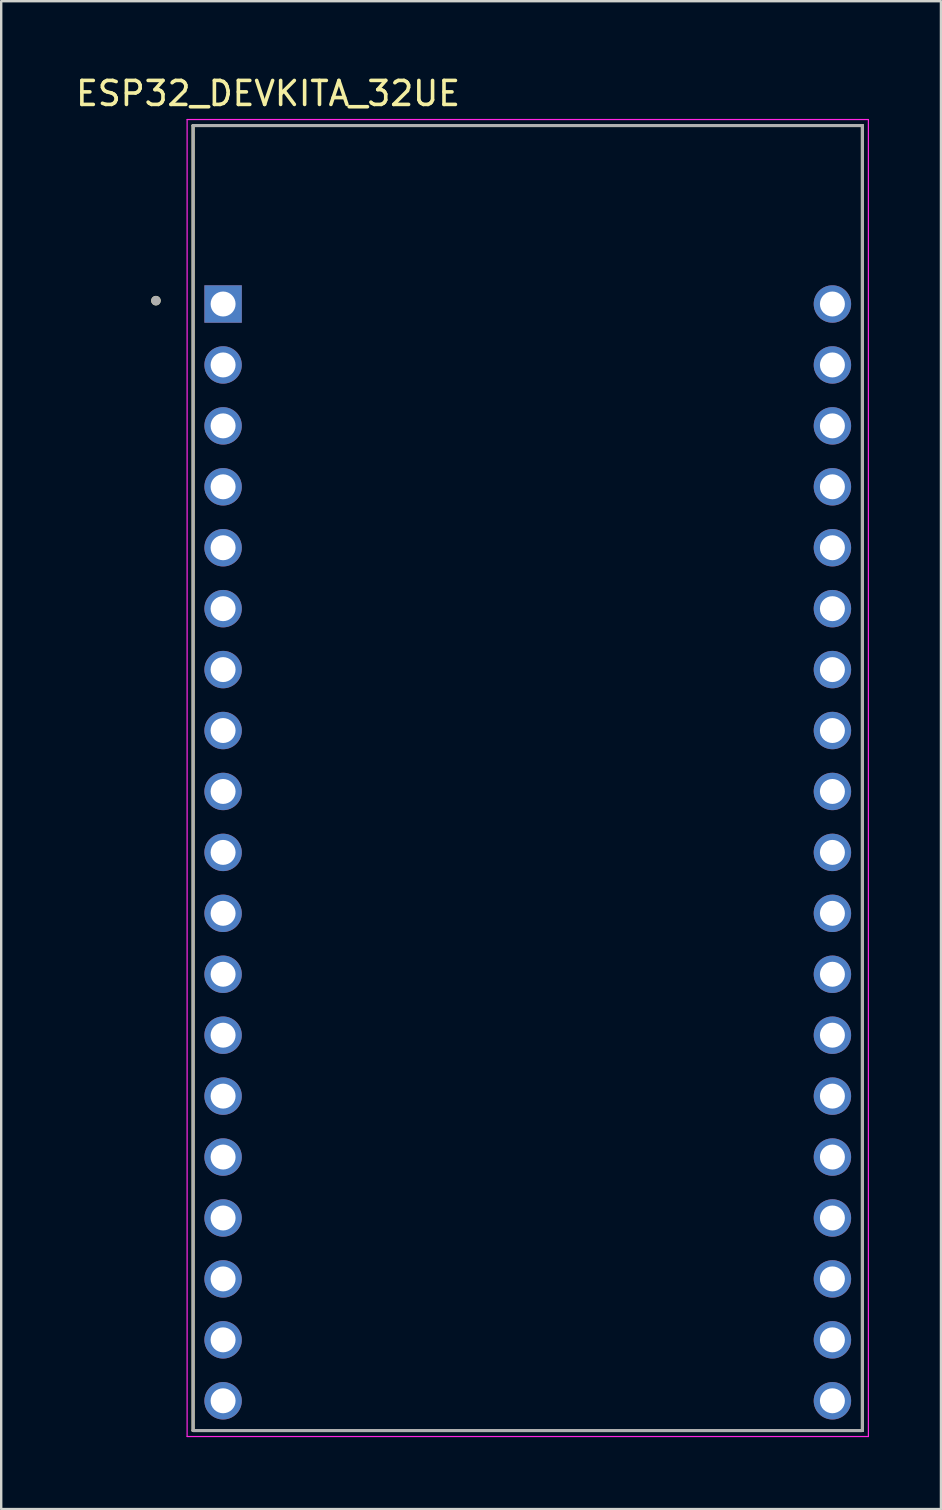
<source format=kicad_pcb>
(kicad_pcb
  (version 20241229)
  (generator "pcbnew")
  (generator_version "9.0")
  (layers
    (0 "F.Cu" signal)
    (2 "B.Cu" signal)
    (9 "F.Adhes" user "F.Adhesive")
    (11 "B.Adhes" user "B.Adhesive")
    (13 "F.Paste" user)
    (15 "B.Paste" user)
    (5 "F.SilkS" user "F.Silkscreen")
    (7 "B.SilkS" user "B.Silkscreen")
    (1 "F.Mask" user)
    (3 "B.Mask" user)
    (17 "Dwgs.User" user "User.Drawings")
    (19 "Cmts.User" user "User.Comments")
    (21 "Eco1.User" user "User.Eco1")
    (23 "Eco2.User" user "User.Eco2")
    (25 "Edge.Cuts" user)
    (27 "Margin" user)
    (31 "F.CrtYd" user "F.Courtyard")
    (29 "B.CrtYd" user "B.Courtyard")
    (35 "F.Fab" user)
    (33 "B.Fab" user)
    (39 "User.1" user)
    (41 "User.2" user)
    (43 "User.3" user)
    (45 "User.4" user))
  (footprint "ESP32_DEVKITA_32UE"
    (layer "F.Cu")
    (at 18.95 32.483)
    (property "Reference" "ESP32_DEVKITA_32UE" (at -10.825 -31.635 0) (layer "F.SilkS") (effects (font (size 1 1) (thickness 0.15))))
    (attr through_hole)
    (fp_line (start -13.95 -30.3) (end 13.95 -30.3) (stroke (width 0.127) (type solid)) (layer "F.SilkS"))
    (fp_line (start -13.95 24.1) (end -13.95 -30.3) (stroke (width 0.127) (type solid)) (layer "F.SilkS"))
    (fp_line (start 13.95 -30.3) (end 13.95 24.1) (stroke (width 0.127) (type solid)) (layer "F.SilkS"))
    (fp_line (start 13.95 24.1) (end -13.95 24.1) (stroke (width 0.127) (type solid)) (layer "F.SilkS"))
    (fp_circle (center -15.5 -23) (end -15.4 -23) (stroke (width 0.2) (type solid)) (fill no) (layer "F.SilkS"))
    (fp_line (start -14.2 -30.55) (end 14.2 -30.55) (stroke (width 0.05) (type solid)) (layer "F.CrtYd"))
    (fp_line (start -14.2 24.35) (end -14.2 -30.55) (stroke (width 0.05) (type solid)) (layer "F.CrtYd"))
    (fp_line (start 14.2 -30.55) (end 14.2 24.35) (stroke (width 0.05) (type solid)) (layer "F.CrtYd"))
    (fp_line (start 14.2 24.35) (end -14.2 24.35) (stroke (width 0.05) (type solid)) (layer "F.CrtYd"))
    (fp_line (start -13.95 -30.3) (end 13.95 -30.3) (stroke (width 0.127) (type solid)) (layer "F.Fab"))
    (fp_line (start -13.95 24.1) (end -13.95 -30.3) (stroke (width 0.127) (type solid)) (layer "F.Fab"))
    (fp_line (start 13.95 -30.3) (end 13.95 24.1) (stroke (width 0.127) (type solid)) (layer "F.Fab"))
    (fp_line (start 13.95 24.1) (end -13.95 24.1) (stroke (width 0.127) (type solid)) (layer "F.Fab"))
    (fp_circle (center -15.5 -23) (end -15.4 -23) (stroke (width 0.2) (type solid)) (fill no) (layer "F.Fab"))
    (pad "1" thru_hole rect (at -12.7 -22.86) (size 1.56 1.56) (drill 1.04) (layers "*.Cu" "*.Mask"))
    (pad "2" thru_hole circle (at -12.7 -20.32) (size 1.56 1.56) (drill 1.04) (layers "*.Cu" "*.Mask"))
    (pad "3" thru_hole circle (at -12.7 -17.78) (size 1.56 1.56) (drill 1.04) (layers "*.Cu" "*.Mask"))
    (pad "4" thru_hole circle (at -12.7 -15.24) (size 1.56 1.56) (drill 1.04) (layers "*.Cu" "*.Mask"))
    (pad "5" thru_hole circle (at -12.7 -12.7) (size 1.56 1.56) (drill 1.04) (layers "*.Cu" "*.Mask"))
    (pad "6" thru_hole circle (at -12.7 -10.16) (size 1.56 1.56) (drill 1.04) (layers "*.Cu" "*.Mask"))
    (pad "7" thru_hole circle (at -12.7 -7.62) (size 1.56 1.56) (drill 1.04) (layers "*.Cu" "*.Mask"))
    (pad "8" thru_hole circle (at -12.7 -5.08) (size 1.56 1.56) (drill 1.04) (layers "*.Cu" "*.Mask"))
    (pad "9" thru_hole circle (at -12.7 -2.54) (size 1.56 1.56) (drill 1.04) (layers "*.Cu" "*.Mask"))
    (pad "10" thru_hole circle (at -12.7 0) (size 1.56 1.56) (drill 1.04) (layers "*.Cu" "*.Mask"))
    (pad "11" thru_hole circle (at -12.7 2.54) (size 1.56 1.56) (drill 1.04) (layers "*.Cu" "*.Mask"))
    (pad "12" thru_hole circle (at -12.7 5.08) (size 1.56 1.56) (drill 1.04) (layers "*.Cu" "*.Mask"))
    (pad "13" thru_hole circle (at -12.7 7.62) (size 1.56 1.56) (drill 1.04) (layers "*.Cu" "*.Mask"))
    (pad "14" thru_hole circle (at -12.7 10.16) (size 1.56 1.56) (drill 1.04) (layers "*.Cu" "*.Mask"))
    (pad "15" thru_hole circle (at -12.7 12.7) (size 1.56 1.56) (drill 1.04) (layers "*.Cu" "*.Mask"))
    (pad "16" thru_hole circle (at -12.7 15.24) (size 1.56 1.56) (drill 1.04) (layers "*.Cu" "*.Mask"))
    (pad "17" thru_hole circle (at -12.7 17.78) (size 1.56 1.56) (drill 1.04) (layers "*.Cu" "*.Mask"))
    (pad "18" thru_hole circle (at -12.7 20.32) (size 1.56 1.56) (drill 1.04) (layers "*.Cu" "*.Mask"))
    (pad "19" thru_hole circle (at -12.7 22.86) (size 1.56 1.56) (drill 1.04) (layers "*.Cu" "*.Mask"))
    (pad "20" thru_hole circle (at 12.7 -22.86) (size 1.56 1.56) (drill 1.04) (layers "*.Cu" "*.Mask"))
    (pad "21" thru_hole circle (at 12.7 -20.32) (size 1.56 1.56) (drill 1.04) (layers "*.Cu" "*.Mask"))
    (pad "22" thru_hole circle (at 12.7 -17.78) (size 1.56 1.56) (drill 1.04) (layers "*.Cu" "*.Mask"))
    (pad "23" thru_hole circle (at 12.7 -15.24) (size 1.56 1.56) (drill 1.04) (layers "*.Cu" "*.Mask"))
    (pad "24" thru_hole circle (at 12.7 -12.7) (size 1.56 1.56) (drill 1.04) (layers "*.Cu" "*.Mask"))
    (pad "25" thru_hole circle (at 12.7 -10.16) (size 1.56 1.56) (drill 1.04) (layers "*.Cu" "*.Mask"))
    (pad "26" thru_hole circle (at 12.7 -7.62) (size 1.56 1.56) (drill 1.04) (layers "*.Cu" "*.Mask"))
    (pad "27" thru_hole circle (at 12.7 -5.08) (size 1.56 1.56) (drill 1.04) (layers "*.Cu" "*.Mask"))
    (pad "28" thru_hole circle (at 12.7 -2.54) (size 1.56 1.56) (drill 1.04) (layers "*.Cu" "*.Mask"))
    (pad "29" thru_hole circle (at 12.7 0) (size 1.56 1.56) (drill 1.04) (layers "*.Cu" "*.Mask"))
    (pad "30" thru_hole circle (at 12.7 2.54) (size 1.56 1.56) (drill 1.04) (layers "*.Cu" "*.Mask"))
    (pad "31" thru_hole circle (at 12.7 5.08) (size 1.56 1.56) (drill 1.04) (layers "*.Cu" "*.Mask"))
    (pad "32" thru_hole circle (at 12.7 7.62) (size 1.56 1.56) (drill 1.04) (layers "*.Cu" "*.Mask"))
    (pad "33" thru_hole circle (at 12.7 10.16) (size 1.56 1.56) (drill 1.04) (layers "*.Cu" "*.Mask"))
    (pad "34" thru_hole circle (at 12.7 12.7) (size 1.56 1.56) (drill 1.04) (layers "*.Cu" "*.Mask"))
    (pad "35" thru_hole circle (at 12.7 15.24) (size 1.56 1.56) (drill 1.04) (layers "*.Cu" "*.Mask"))
    (pad "36" thru_hole circle (at 12.7 17.78) (size 1.56 1.56) (drill 1.04) (layers "*.Cu" "*.Mask"))
    (pad "37" thru_hole circle (at 12.7 20.32) (size 1.56 1.56) (drill 1.04) (layers "*.Cu" "*.Mask"))
    (pad "38" thru_hole circle (at 12.7 22.86) (size 1.56 1.56) (drill 1.04) (layers "*.Cu" "*.Mask")))
  (gr_rect
    (start -3 -3)
    (end 36.175 59.858)
    (stroke (width 0.1) (type default))
    (fill no)
    (layer "Edge.Cuts")))
</source>
